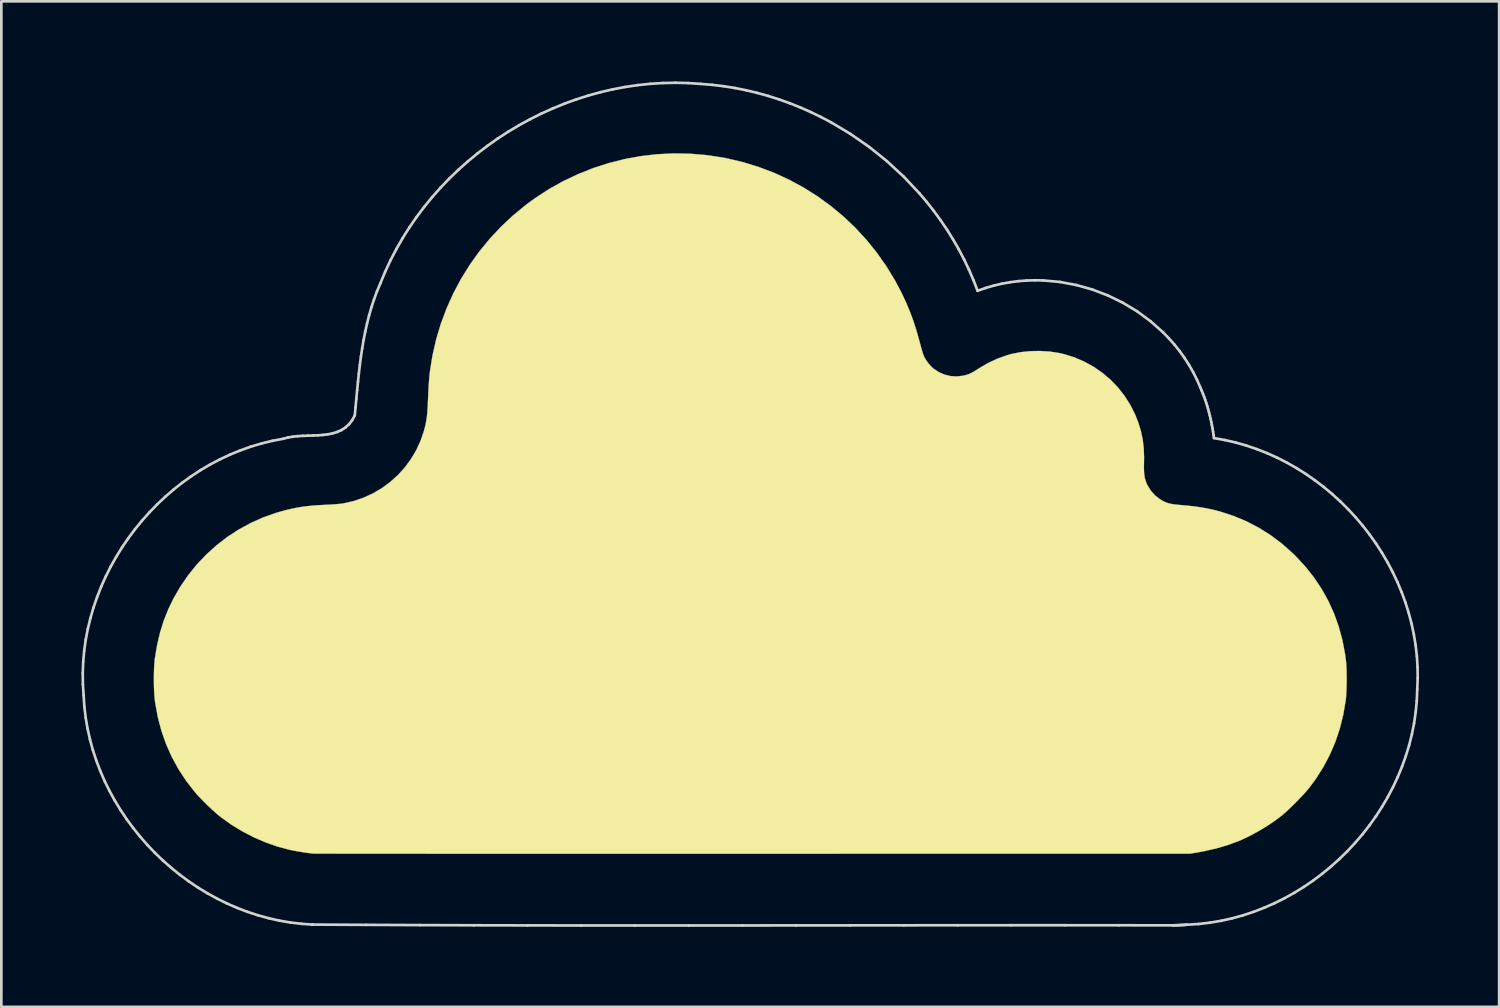
<source format=kicad_pcb>
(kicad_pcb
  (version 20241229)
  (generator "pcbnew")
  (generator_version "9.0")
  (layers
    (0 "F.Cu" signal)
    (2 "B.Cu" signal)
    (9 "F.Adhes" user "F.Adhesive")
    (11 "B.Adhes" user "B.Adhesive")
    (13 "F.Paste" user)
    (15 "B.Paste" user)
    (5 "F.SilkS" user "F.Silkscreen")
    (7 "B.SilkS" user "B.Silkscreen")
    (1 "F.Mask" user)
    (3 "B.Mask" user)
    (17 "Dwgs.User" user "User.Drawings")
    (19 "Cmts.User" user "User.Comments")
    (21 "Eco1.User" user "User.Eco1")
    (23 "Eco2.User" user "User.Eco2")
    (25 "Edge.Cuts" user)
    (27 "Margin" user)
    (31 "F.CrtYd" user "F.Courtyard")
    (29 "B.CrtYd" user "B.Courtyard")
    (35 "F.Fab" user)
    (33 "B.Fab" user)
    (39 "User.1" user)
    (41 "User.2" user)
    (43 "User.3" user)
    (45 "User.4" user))
  (footprint "cloud"
    (layer "F.Cu")
    (at 25.053 15.835)
    (property "Reference" "cloud" (at 0 0 0) (layer "F.SilkS") (effects (font (size 1.27 1.27) (thickness 0.15))))
    (attr through_hole)
    (fp_poly (pts (xy -2.074 -15.762) (xy -1.479 -15.717) (xy -0.974 -15.654) (xy -0.271 -15.529) (xy 0.418 -15.364) (xy 1.092 -15.161) (xy 1.749 -14.92) (xy 2.389 -14.642) (xy 3.01 -14.328) (xy 3.61 -13.98) (xy 4.189 -13.597) (xy 4.745 -13.181) (xy 5.276 -12.732) (xy 5.782 -12.253) (xy 6.261 -11.743) (xy 6.711 -11.203) (xy 7.132 -10.635) (xy 7.522 -10.039) (xy 7.78 -9.599) (xy 7.886 -9.404) (xy 7.995 -9.19) (xy 8.105 -8.967) (xy 8.211 -8.743) (xy 8.309 -8.525) (xy 8.395 -8.324) (xy 8.465 -8.147) (xy 8.489 -8.083) (xy 8.516 -8.006) (xy 8.634 -8.047) (xy 8.85 -8.114) (xy 9.096 -8.179) (xy 9.362 -8.239) (xy 9.634 -8.29) (xy 9.902 -8.332) (xy 10.154 -8.361) (xy 10.157 -8.362) (xy 10.325 -8.373) (xy 10.521 -8.379) (xy 10.736 -8.38) (xy 10.958 -8.376) (xy 11.179 -8.368) (xy 11.387 -8.356) (xy 11.573 -8.34) (xy 11.716 -8.322) (xy 12.251 -8.219) (xy 12.768 -8.078) (xy 13.265 -7.9) (xy 13.744 -7.683) (xy 14.205 -7.428) (xy 14.632 -7.146) (xy 15.02 -6.844) (xy 15.39 -6.508) (xy 15.738 -6.141) (xy 16.06 -5.751) (xy 16.351 -5.341) (xy 16.605 -4.919) (xy 16.633 -4.868) (xy 16.811 -4.506) (xy 16.972 -4.12) (xy 17.11 -3.723) (xy 17.223 -3.324) (xy 17.307 -2.936) (xy 17.323 -2.836) (xy 17.339 -2.737) (xy 17.353 -2.646) (xy 17.364 -2.577) (xy 17.368 -2.549) (xy 17.375 -2.519) (xy 17.388 -2.498) (xy 17.417 -2.483) (xy 17.469 -2.468) (xy 17.552 -2.452) (xy 17.574 -2.448) (xy 18.047 -2.342) (xy 18.53 -2.205) (xy 19.014 -2.039) (xy 19.489 -1.849) (xy 19.945 -1.638) (xy 20.372 -1.409) (xy 20.447 -1.365) (xy 20.981 -1.024) (xy 21.486 -0.654) (xy 21.961 -0.255) (xy 22.406 0.171) (xy 22.818 0.623) (xy 23.198 1.099) (xy 23.544 1.598) (xy 23.856 2.118) (xy 24.132 2.659) (xy 24.373 3.218) (xy 24.576 3.795) (xy 24.742 4.387) (xy 24.869 4.995) (xy 24.956 5.615) (xy 24.979 5.853) (xy 24.987 5.987) (xy 24.992 6.154) (xy 24.994 6.344) (xy 24.994 6.551) (xy 24.991 6.765) (xy 24.986 6.978) (xy 24.979 7.182) (xy 24.97 7.369) (xy 24.96 7.531) (xy 24.947 7.659) (xy 24.946 7.662) (xy 24.847 8.29) (xy 24.708 8.902) (xy 24.531 9.499) (xy 24.316 10.078) (xy 24.064 10.639) (xy 23.776 11.181) (xy 23.452 11.701) (xy 23.093 12.199) (xy 22.7 12.674) (xy 22.273 13.123) (xy 21.814 13.547) (xy 21.548 13.768) (xy 21.047 14.143) (xy 20.526 14.48) (xy 19.987 14.779) (xy 19.43 15.041) (xy 18.857 15.263) (xy 18.268 15.447) (xy 17.665 15.592) (xy 17.048 15.697) (xy 16.419 15.762) (xy 16.309 15.769) (xy 16.268 15.77) (xy 16.187 15.771) (xy 16.065 15.772) (xy 15.905 15.773) (xy 15.708 15.774) (xy 15.475 15.775) (xy 15.207 15.776) (xy 14.906 15.777) (xy 14.572 15.778) (xy 14.208 15.778) (xy 13.814 15.779) (xy 13.392 15.78) (xy 12.942 15.781) (xy 12.467 15.781) (xy 11.967 15.782) (xy 11.444 15.783) (xy 10.899 15.783) (xy 10.333 15.784) (xy 9.747 15.784) (xy 9.144 15.785) (xy 8.523 15.785) (xy 7.887 15.785) (xy 7.236 15.786) (xy 6.573 15.786) (xy 5.897 15.786) (xy 5.211 15.787) (xy 4.515 15.787) (xy 3.812 15.787) (xy 3.102 15.787) (xy 2.386 15.787) (xy 1.666 15.787) (xy 0.943 15.787) (xy 0.218 15.787) (xy -0.507 15.787) (xy -1.231 15.787) (xy -1.954 15.787) (xy -2.672 15.787) (xy -3.387 15.787) (xy -4.095 15.786) (xy -4.796 15.786) (xy -5.488 15.786) (xy -6.171 15.786) (xy -6.843 15.785) (xy -7.503 15.785) (xy -8.149 15.784) (xy -8.78 15.784) (xy -9.395 15.784) (xy -9.993 15.783) (xy -10.572 15.782) (xy -11.131 15.782) (xy -11.669 15.781) (xy -12.185 15.781) (xy -12.677 15.78) (xy -13.144 15.779) (xy -13.585 15.778) (xy -13.998 15.778) (xy -14.383 15.777) (xy -14.737 15.776) (xy -15.06 15.775) (xy -15.351 15.774) (xy -15.608 15.773) (xy -15.829 15.772) (xy -16.015 15.771) (xy -16.162 15.77) (xy -16.271 15.769) (xy -16.339 15.768) (xy -16.362 15.767) (xy -16.974 15.71) (xy -17.575 15.613) (xy -18.163 15.478) (xy -18.737 15.305) (xy -19.296 15.096) (xy -19.837 14.853) (xy -20.359 14.576) (xy -20.862 14.267) (xy -21.343 13.927) (xy -21.801 13.557) (xy -22.235 13.159) (xy -22.643 12.734) (xy -23.024 12.283) (xy -23.375 11.808) (xy -23.697 11.31) (xy -23.987 10.79) (xy -24.244 10.249) (xy -24.467 9.69) (xy -24.653 9.112) (xy -24.802 8.517) (xy -24.858 8.234) (xy -24.892 8.044) (xy -24.919 7.873) (xy -24.941 7.713) (xy -24.958 7.557) (xy -24.97 7.397) (xy -24.979 7.225) (xy -24.984 7.032) (xy -24.987 6.813) (xy -24.987 6.583) (xy -24.987 6.43) (xy -22.325 6.43) (xy -22.317 6.933) (xy -22.27 7.432) (xy -22.186 7.925) (xy -22.064 8.411) (xy -21.904 8.886) (xy -21.708 9.35) (xy -21.475 9.798) (xy -21.206 10.23) (xy -20.902 10.643) (xy -20.562 11.035) (xy -20.415 11.187) (xy -20.033 11.539) (xy -19.626 11.86) (xy -19.197 12.146) (xy -18.749 12.397) (xy -18.283 12.613) (xy -17.804 12.79) (xy -17.312 12.929) (xy -16.812 13.028) (xy -16.403 13.079) (xy -16.369 13.08) (xy -16.293 13.081) (xy -16.178 13.082) (xy -16.025 13.083) (xy -15.834 13.084) (xy -15.607 13.085) (xy -15.345 13.086) (xy -15.05 13.087) (xy -14.723 13.088) (xy -14.364 13.089) (xy -13.976 13.09) (xy -13.559 13.09) (xy -13.116 13.091) (xy -12.646 13.092) (xy -12.151 13.093) (xy -11.633 13.093) (xy -11.093 13.094) (xy -10.532 13.094) (xy -9.951 13.095) (xy -9.352 13.095) (xy -8.736 13.096) (xy -8.104 13.096) (xy -7.457 13.097) (xy -6.797 13.097) (xy -6.124 13.098) (xy -5.441 13.098) (xy -4.749 13.098) (xy -4.048 13.098) (xy -3.34 13.099) (xy -2.626 13.099) (xy -1.907 13.099) (xy -1.186 13.099) (xy -0.462 13.099) (xy 0.263 13.099) (xy 0.987 13.099) (xy 1.709 13.099) (xy 2.428 13.099) (xy 3.143 13.099) (xy 3.853 13.099) (xy 4.555 13.099) (xy 5.25 13.099) (xy 5.935 13.098) (xy 6.61 13.098) (xy 7.273 13.098) (xy 7.923 13.098) (xy 8.558 13.097) (xy 9.178 13.097) (xy 9.781 13.096) (xy 10.366 13.096) (xy 10.931 13.095) (xy 11.476 13.095) (xy 11.999 13.094) (xy 12.499 13.094) (xy 12.974 13.093) (xy 13.424 13.092) (xy 13.847 13.091) (xy 14.241 13.091) (xy 14.606 13.09) (xy 14.94 13.089) (xy 15.243 13.088) (xy 15.512 13.087) (xy 15.747 13.086) (xy 15.945 13.085) (xy 16.107 13.084) (xy 16.231 13.083) (xy 16.315 13.082) (xy 16.358 13.081) (xy 16.362 13.081) (xy 16.877 13.015) (xy 17.379 12.91) (xy 17.868 12.767) (xy 18.341 12.588) (xy 18.796 12.374) (xy 19.232 12.126) (xy 19.647 11.846) (xy 20.039 11.536) (xy 20.406 11.197) (xy 20.747 10.831) (xy 21.06 10.439) (xy 21.343 10.023) (xy 21.593 9.584) (xy 21.811 9.123) (xy 21.992 8.643) (xy 22.13 8.174) (xy 22.237 7.663) (xy 22.303 7.147) (xy 22.327 6.625) (xy 22.309 6.102) (xy 22.25 5.578) (xy 22.169 5.144) (xy 22.127 4.973) (xy 22.07 4.776) (xy 22.003 4.565) (xy 21.93 4.353) (xy 21.855 4.15) (xy 21.782 3.97) (xy 21.749 3.897) (xy 21.515 3.432) (xy 21.249 2.995) (xy 20.951 2.581) (xy 20.617 2.189) (xy 20.405 1.968) (xy 20.02 1.612) (xy 19.616 1.294) (xy 19.192 1.011) (xy 18.744 0.763) (xy 18.445 0.621) (xy 18.054 0.462) (xy 17.664 0.332) (xy 17.266 0.229) (xy 16.853 0.15) (xy 16.414 0.094) (xy 16.188 0.075) (xy 16.006 0.059) (xy 15.858 0.042) (xy 15.737 0.022) (xy 15.634 -0.003) (xy 15.542 -0.036) (xy 15.452 -0.077) (xy 15.388 -0.111) (xy 15.279 -0.186) (xy 15.163 -0.287) (xy 15.051 -0.404) (xy 14.953 -0.525) (xy 14.879 -0.639) (xy 14.876 -0.646) (xy 14.83 -0.738) (xy 14.794 -0.823) (xy 14.768 -0.906) (xy 14.749 -0.996) (xy 14.737 -1.1) (xy 14.731 -1.224) (xy 14.729 -1.377) (xy 14.729 -1.545) (xy 14.73 -1.762) (xy 14.726 -1.943) (xy 14.718 -2.094) (xy 14.705 -2.222) (xy 14.701 -2.252) (xy 14.623 -2.657) (xy 14.508 -3.046) (xy 14.356 -3.417) (xy 14.171 -3.767) (xy 13.953 -4.095) (xy 13.704 -4.399) (xy 13.427 -4.676) (xy 13.124 -4.926) (xy 12.795 -5.144) (xy 12.443 -5.331) (xy 12.07 -5.483) (xy 11.678 -5.599) (xy 11.599 -5.617) (xy 11.198 -5.685) (xy 10.798 -5.71) (xy 10.399 -5.694) (xy 10.004 -5.636) (xy 9.614 -5.537) (xy 9.23 -5.397) (xy 8.854 -5.217) (xy 8.554 -5.039) (xy 8.426 -4.959) (xy 8.322 -4.898) (xy 8.232 -4.854) (xy 8.147 -4.82) (xy 8.057 -4.793) (xy 7.986 -4.776) (xy 7.756 -4.745) (xy 7.527 -4.754) (xy 7.305 -4.803) (xy 7.093 -4.891) (xy 6.897 -5.015) (xy 6.753 -5.142) (xy 6.665 -5.236) (xy 6.592 -5.329) (xy 6.531 -5.429) (xy 6.477 -5.543) (xy 6.428 -5.679) (xy 6.379 -5.844) (xy 6.341 -5.99) (xy 6.165 -6.605) (xy 5.952 -7.202) (xy 5.701 -7.779) (xy 5.412 -8.336) (xy 5.086 -8.873) (xy 4.724 -9.389) (xy 4.46 -9.724) (xy 4.385 -9.811) (xy 4.287 -9.921) (xy 4.172 -10.044) (xy 4.048 -10.175) (xy 3.922 -10.305) (xy 3.834 -10.394) (xy 3.465 -10.745) (xy 3.097 -11.062) (xy 2.723 -11.349) (xy 2.334 -11.614) (xy 1.921 -11.861) (xy 1.476 -12.097) (xy 1.439 -12.115) (xy 0.875 -12.375) (xy 0.31 -12.594) (xy -0.259 -12.772) (xy -0.837 -12.911) (xy -1.426 -13.011) (xy -2.031 -13.073) (xy -2.498 -13.095) (xy -3.123 -13.091) (xy -3.742 -13.045) (xy -4.351 -12.959) (xy -4.951 -12.833) (xy -5.539 -12.668) (xy -6.113 -12.465) (xy -6.672 -12.224) (xy -7.215 -11.947) (xy -7.739 -11.634) (xy -8.244 -11.287) (xy -8.727 -10.904) (xy -9.187 -10.489) (xy -9.623 -10.04) (xy -10.033 -9.56) (xy -10.188 -9.36) (xy -10.537 -8.866) (xy -10.853 -8.345) (xy -11.135 -7.803) (xy -11.382 -7.242) (xy -11.592 -6.666) (xy -11.763 -6.079) (xy -11.864 -5.641) (xy -11.908 -5.409) (xy -11.946 -5.184) (xy -11.977 -4.956) (xy -12.003 -4.717) (xy -12.024 -4.46) (xy -12.042 -4.176) (xy -12.054 -3.926) (xy -12.064 -3.723) (xy -12.073 -3.555) (xy -12.082 -3.416) (xy -12.092 -3.302) (xy -12.102 -3.204) (xy -12.115 -3.116) (xy -12.13 -3.034) (xy -12.138 -2.994) (xy -12.239 -2.609) (xy -12.377 -2.24) (xy -12.552 -1.89) (xy -12.76 -1.561) (xy -12.999 -1.256) (xy -13.267 -0.977) (xy -13.563 -0.726) (xy -13.884 -0.505) (xy -14.228 -0.317) (xy -14.593 -0.165) (xy -14.699 -0.128) (xy -14.878 -0.074) (xy -15.051 -0.031) (xy -15.227 0.003) (xy -15.416 0.028) (xy -15.628 0.047) (xy -15.871 0.061) (xy -15.917 0.063) (xy -16.327 0.088) (xy -16.705 0.128) (xy -17.059 0.184) (xy -17.398 0.257) (xy -17.73 0.351) (xy -18.063 0.465) (xy -18.076 0.47) (xy -18.556 0.67) (xy -19.009 0.902) (xy -19.438 1.167) (xy -19.847 1.468) (xy -20.238 1.807) (xy -20.416 1.979) (xy -20.773 2.363) (xy -21.091 2.765) (xy -21.374 3.186) (xy -21.621 3.629) (xy -21.772 3.948) (xy -21.963 4.433) (xy -22.113 4.926) (xy -22.223 5.425) (xy -22.294 5.927) (xy -22.325 6.43) (xy -24.987 6.43) (xy -24.987 6.359) (xy -24.985 6.169) (xy -24.982 6.007) (xy -24.977 5.864) (xy -24.969 5.733) (xy -24.957 5.606) (xy -24.942 5.476) (xy -24.922 5.334) (xy -24.898 5.173) (xy -24.88 5.059) (xy -24.774 4.516) (xy -24.63 3.969) (xy -24.451 3.427) (xy -24.241 2.896) (xy -24.002 2.386) (xy -23.831 2.066) (xy -23.754 1.936) (xy -23.658 1.782) (xy -23.549 1.614) (xy -23.435 1.441) (xy -23.319 1.273) (xy -23.21 1.118) (xy -23.113 0.985) (xy -23.071 0.931) (xy -22.66 0.444) (xy -22.224 -0.01) (xy -21.764 -0.43) (xy -21.28 -0.815) (xy -20.772 -1.165) (xy -20.243 -1.48) (xy -19.692 -1.758) (xy -19.12 -2) (xy -18.701 -2.15) (xy -18.263 -2.284) (xy -17.837 -2.392) (xy -17.412 -2.477) (xy -16.975 -2.541) (xy -16.518 -2.585) (xy -16.199 -2.604) (xy -16.019 -2.613) (xy -15.874 -2.622) (xy -15.758 -2.633) (xy -15.663 -2.646) (xy -15.584 -2.663) (xy -15.513 -2.685) (xy -15.443 -2.713) (xy -15.37 -2.747) (xy -15.193 -2.856) (xy -15.039 -2.998) (xy -14.913 -3.169) (xy -14.861 -3.266) (xy -14.812 -3.377) (xy -14.777 -3.482) (xy -14.753 -3.592) (xy -14.739 -3.718) (xy -14.733 -3.869) (xy -14.732 -3.967) (xy -14.724 -4.294) (xy -14.703 -4.649) (xy -14.67 -5.021) (xy -14.625 -5.398) (xy -14.569 -5.768) (xy -14.562 -5.81) (xy -14.497 -6.169) (xy -14.425 -6.505) (xy -14.343 -6.834) (xy -14.249 -7.169) (xy -14.137 -7.522) (xy -14.094 -7.651) (xy -13.853 -8.302) (xy -13.573 -8.938) (xy -13.254 -9.559) (xy -12.899 -10.161) (xy -12.509 -10.742) (xy -12.085 -11.3) (xy -11.629 -11.834) (xy -11.142 -12.34) (xy -11.089 -12.391) (xy -10.557 -12.877) (xy -10.002 -13.328) (xy -9.426 -13.742) (xy -8.829 -14.12) (xy -8.213 -14.461) (xy -7.578 -14.764) (xy -6.925 -15.03) (xy -6.256 -15.256) (xy -5.571 -15.444) (xy -4.871 -15.592) (xy -4.444 -15.662) (xy -3.874 -15.729) (xy -3.282 -15.768) (xy -2.679 -15.779) (xy -2.074 -15.762)) (stroke (width 0.01) (type solid)) (fill yes) (layer "F.Mask"))
    (fp_poly (pts (xy -2.253 -13.127) (xy -1.636 -13.075) (xy -1.02 -12.982) (xy -0.87 -12.953) (xy -0.26 -12.808) (xy 0.334 -12.624) (xy 0.912 -12.403) (xy 1.472 -12.145) (xy 2.011 -11.852) (xy 2.529 -11.525) (xy 3.024 -11.164) (xy 3.494 -10.773) (xy 3.938 -10.35) (xy 4.354 -9.899) (xy 4.741 -9.419) (xy 5.097 -8.912) (xy 5.421 -8.38) (xy 5.661 -7.927) (xy 5.829 -7.569) (xy 5.978 -7.217) (xy 6.11 -6.858) (xy 6.231 -6.481) (xy 6.344 -6.074) (xy 6.352 -6.046) (xy 6.387 -5.913) (xy 6.423 -5.788) (xy 6.456 -5.677) (xy 6.485 -5.59) (xy 6.505 -5.538) (xy 6.578 -5.408) (xy 6.672 -5.275) (xy 6.777 -5.156) (xy 6.861 -5.079) (xy 7.06 -4.948) (xy 7.274 -4.854) (xy 7.499 -4.799) (xy 7.729 -4.784) (xy 7.96 -4.809) (xy 8.028 -4.825) (xy 8.117 -4.849) (xy 8.195 -4.876) (xy 8.271 -4.911) (xy 8.356 -4.956) (xy 8.457 -5.018) (xy 8.57 -5.091) (xy 8.899 -5.284) (xy 9.251 -5.448) (xy 9.614 -5.578) (xy 9.791 -5.628) (xy 10.129 -5.695) (xy 10.487 -5.732) (xy 10.853 -5.739) (xy 11.217 -5.716) (xy 11.568 -5.663) (xy 11.756 -5.62) (xy 12.145 -5.497) (xy 12.517 -5.337) (xy 12.867 -5.143) (xy 13.195 -4.915) (xy 13.499 -4.656) (xy 13.775 -4.368) (xy 14.021 -4.053) (xy 14.237 -3.714) (xy 14.418 -3.352) (xy 14.538 -3.045) (xy 14.633 -2.731) (xy 14.699 -2.42) (xy 14.737 -2.099) (xy 14.75 -1.759) (xy 14.747 -1.575) (xy 14.744 -1.379) (xy 14.748 -1.217) (xy 14.76 -1.08) (xy 14.783 -0.961) (xy 14.816 -0.851) (xy 14.862 -0.742) (xy 14.878 -0.709) (xy 15.001 -0.508) (xy 15.157 -0.333) (xy 15.34 -0.189) (xy 15.467 -0.113) (xy 15.591 -0.058) (xy 15.723 -0.019) (xy 15.876 0.008) (xy 16.023 0.023) (xy 16.336 0.05) (xy 16.614 0.081) (xy 16.866 0.116) (xy 17.099 0.157) (xy 17.322 0.204) (xy 17.543 0.261) (xy 17.626 0.284) (xy 18.123 0.448) (xy 18.6 0.649) (xy 19.055 0.887) (xy 19.49 1.161) (xy 19.906 1.473) (xy 20.302 1.823) (xy 20.428 1.945) (xy 20.791 2.337) (xy 21.116 2.747) (xy 21.403 3.177) (xy 21.653 3.627) (xy 21.866 4.096) (xy 22.041 4.584) (xy 22.179 5.093) (xy 22.279 5.622) (xy 22.313 5.874) (xy 22.325 6.012) (xy 22.333 6.183) (xy 22.338 6.376) (xy 22.339 6.58) (xy 22.336 6.786) (xy 22.33 6.984) (xy 22.32 7.162) (xy 22.307 7.312) (xy 22.302 7.347) (xy 22.212 7.881) (xy 22.084 8.397) (xy 21.917 8.896) (xy 21.712 9.376) (xy 21.469 9.838) (xy 21.188 10.282) (xy 20.931 10.63) (xy 20.843 10.735) (xy 20.731 10.86) (xy 20.601 10.998) (xy 20.461 11.143) (xy 20.318 11.286) (xy 20.178 11.421) (xy 20.049 11.541) (xy 19.937 11.638) (xy 19.897 11.672) (xy 19.629 11.871) (xy 19.333 12.069) (xy 19.02 12.256) (xy 18.704 12.427) (xy 18.397 12.573) (xy 18.302 12.613) (xy 17.898 12.763) (xy 17.46 12.892) (xy 16.992 12.999) (xy 16.743 13.045) (xy 16.478 13.09) (xy 0.106 13.092) (xy -0.726 13.092) (xy -1.548 13.092) (xy -2.358 13.093) (xy -3.156 13.093) (xy -3.941 13.093) (xy -4.711 13.093) (xy -5.466 13.093) (xy -6.205 13.093) (xy -6.927 13.093) (xy -7.63 13.093) (xy -8.313 13.092) (xy -8.976 13.092) (xy -9.618 13.092) (xy -10.237 13.092) (xy -10.833 13.092) (xy -11.403 13.092) (xy -11.949 13.092) (xy -12.468 13.091) (xy -12.959 13.091) (xy -13.421 13.091) (xy -13.854 13.091) (xy -14.256 13.091) (xy -14.626 13.09) (xy -14.963 13.09) (xy -15.267 13.09) (xy -15.535 13.089) (xy -15.768 13.089) (xy -15.964 13.089) (xy -16.122 13.088) (xy -16.241 13.088) (xy -16.32 13.088) (xy -16.359 13.087) (xy -16.362 13.087) (xy -16.477 13.075) (xy -16.622 13.056) (xy -16.784 13.031) (xy -16.95 13.004) (xy -17.108 12.975) (xy -17.246 12.947) (xy -17.262 12.943) (xy -17.703 12.826) (xy -18.146 12.671) (xy -18.585 12.482) (xy -19.012 12.262) (xy -19.42 12.016) (xy -19.8 11.746) (xy -19.897 11.67) (xy -20.011 11.573) (xy -20.145 11.453) (xy -20.289 11.317) (xy -20.435 11.175) (xy -20.574 11.034) (xy -20.698 10.903) (xy -20.798 10.79) (xy -20.802 10.785) (xy -21.129 10.365) (xy -21.417 9.926) (xy -21.667 9.469) (xy -21.879 8.994) (xy -22.053 8.501) (xy -22.189 7.988) (xy -22.287 7.457) (xy -22.303 7.349) (xy -22.318 7.194) (xy -22.33 7.007) (xy -22.337 6.8) (xy -22.339 6.582) (xy -22.338 6.364) (xy -22.332 6.155) (xy -22.321 5.965) (xy -22.306 5.806) (xy -22.303 5.779) (xy -22.219 5.278) (xy -22.108 4.806) (xy -21.967 4.357) (xy -21.795 3.925) (xy -21.607 3.537) (xy -21.346 3.085) (xy -21.052 2.657) (xy -20.728 2.256) (xy -20.374 1.884) (xy -19.994 1.54) (xy -19.588 1.228) (xy -19.16 0.949) (xy -18.711 0.704) (xy -18.243 0.495) (xy -17.759 0.323) (xy -17.399 0.223) (xy -17.188 0.174) (xy -16.992 0.133) (xy -16.799 0.101) (xy -16.602 0.075) (xy -16.391 0.054) (xy -16.157 0.037) (xy -15.89 0.023) (xy -15.871 0.022) (xy -15.722 0.015) (xy -15.574 0.005) (xy -15.437 -0.007) (xy -15.321 -0.018) (xy -15.236 -0.03) (xy -15.229 -0.031) (xy -14.845 -0.12) (xy -14.476 -0.247) (xy -14.124 -0.41) (xy -13.792 -0.606) (xy -13.483 -0.835) (xy -13.198 -1.092) (xy -12.94 -1.377) (xy -12.712 -1.687) (xy -12.514 -2.019) (xy -12.351 -2.372) (xy -12.223 -2.744) (xy -12.175 -2.932) (xy -12.151 -3.04) (xy -12.132 -3.148) (xy -12.115 -3.26) (xy -12.102 -3.385) (xy -12.091 -3.528) (xy -12.081 -3.696) (xy -12.072 -3.896) (xy -12.066 -4.043) (xy -12.058 -4.217) (xy -12.048 -4.401) (xy -12.036 -4.581) (xy -12.022 -4.748) (xy -12.009 -4.889) (xy -12.002 -4.953) (xy -11.904 -5.568) (xy -11.766 -6.172) (xy -11.589 -6.762) (xy -11.374 -7.338) (xy -11.122 -7.898) (xy -10.834 -8.439) (xy -10.51 -8.961) (xy -10.153 -9.461) (xy -9.763 -9.937) (xy -9.341 -10.389) (xy -8.888 -10.814) (xy -8.406 -11.211) (xy -8.072 -11.455) (xy -7.551 -11.795) (xy -7.01 -12.098) (xy -6.452 -12.363) (xy -5.88 -12.59) (xy -5.296 -12.778) (xy -4.7 -12.928) (xy -4.096 -13.038) (xy -3.486 -13.108) (xy -2.871 -13.138) (xy -2.253 -13.127)) (stroke (width 0.01) (type solid)) (fill yes) (layer "F.SilkS"))
    (fp_line (start -25.003 6.327) (end -24.987 5.908) (stroke (width 0.1) (type solid)) (layer "Edge.Cuts"))
    (fp_line (start -24.998 6.747) (end -25.003 6.327) (stroke (width 0.1) (type solid)) (layer "Edge.Cuts"))
    (fp_line (start -24.987 5.908) (end -24.95 5.493) (stroke (width 0.1) (type solid)) (layer "Edge.Cuts"))
    (fp_line (start -24.97 7.168) (end -24.998 6.747) (stroke (width 0.1) (type solid)) (layer "Edge.Cuts"))
    (fp_line (start -24.95 5.493) (end -24.892 5.08) (stroke (width 0.1) (type solid)) (layer "Edge.Cuts"))
    (fp_line (start -24.943 7.585) (end -24.97 7.168) (stroke (width 0.1) (type solid)) (layer "Edge.Cuts"))
    (fp_line (start -24.893 7.999) (end -24.943 7.585) (stroke (width 0.1) (type solid)) (layer "Edge.Cuts"))
    (fp_line (start -24.892 5.08) (end -24.814 4.672) (stroke (width 0.1) (type solid)) (layer "Edge.Cuts"))
    (fp_line (start -24.823 8.409) (end -24.893 7.999) (stroke (width 0.1) (type solid)) (layer "Edge.Cuts"))
    (fp_line (start -24.814 4.672) (end -24.716 4.268) (stroke (width 0.1) (type solid)) (layer "Edge.Cuts"))
    (fp_line (start -24.733 8.813) (end -24.823 8.409) (stroke (width 0.1) (type solid)) (layer "Edge.Cuts"))
    (fp_line (start -24.716 4.268) (end -24.6 3.869) (stroke (width 0.1) (type solid)) (layer "Edge.Cuts"))
    (fp_line (start -24.624 9.212) (end -24.733 8.813) (stroke (width 0.1) (type solid)) (layer "Edge.Cuts"))
    (fp_line (start -24.6 3.869) (end -24.465 3.476) (stroke (width 0.1) (type solid)) (layer "Edge.Cuts"))
    (fp_line (start -24.495 9.605) (end -24.624 9.212) (stroke (width 0.1) (type solid)) (layer "Edge.Cuts"))
    (fp_line (start -24.465 3.476) (end -24.313 3.09) (stroke (width 0.1) (type solid)) (layer "Edge.Cuts"))
    (fp_line (start -24.348 9.991) (end -24.495 9.605) (stroke (width 0.1) (type solid)) (layer "Edge.Cuts"))
    (fp_line (start -24.313 3.09) (end -24.143 2.71) (stroke (width 0.1) (type solid)) (layer "Edge.Cuts"))
    (fp_line (start -24.184 10.369) (end -24.348 9.991) (stroke (width 0.1) (type solid)) (layer "Edge.Cuts"))
    (fp_line (start -24.143 2.71) (end -23.956 2.339) (stroke (width 0.1) (type solid)) (layer "Edge.Cuts"))
    (fp_line (start -24.002 10.74) (end -24.184 10.369) (stroke (width 0.1) (type solid)) (layer "Edge.Cuts"))
    (fp_line (start -23.956 2.339) (end -23.752 1.976) (stroke (width 0.1) (type solid)) (layer "Edge.Cuts"))
    (fp_line (start -23.803 11.102) (end -24.002 10.74) (stroke (width 0.1) (type solid)) (layer "Edge.Cuts"))
    (fp_line (start -23.752 1.976) (end -23.533 1.621) (stroke (width 0.1) (type solid)) (layer "Edge.Cuts"))
    (fp_line (start -23.588 11.455) (end -23.803 11.102) (stroke (width 0.1) (type solid)) (layer "Edge.Cuts"))
    (fp_line (start -23.533 1.621) (end -23.299 1.277) (stroke (width 0.1) (type solid)) (layer "Edge.Cuts"))
    (fp_line (start -23.358 11.799) (end -23.588 11.455) (stroke (width 0.1) (type solid)) (layer "Edge.Cuts"))
    (fp_line (start -23.299 1.277) (end -23.05 0.943) (stroke (width 0.1) (type solid)) (layer "Edge.Cuts"))
    (fp_line (start -23.113 12.132) (end -23.358 11.799) (stroke (width 0.1) (type solid)) (layer "Edge.Cuts"))
    (fp_line (start -23.05 0.943) (end -22.786 0.62) (stroke (width 0.1) (type solid)) (layer "Edge.Cuts"))
    (fp_line (start -22.854 12.454) (end -23.113 12.132) (stroke (width 0.1) (type solid)) (layer "Edge.Cuts"))
    (fp_line (start -22.786 0.62) (end -22.509 0.309) (stroke (width 0.1) (type solid)) (layer "Edge.Cuts"))
    (fp_line (start -22.581 12.766) (end -22.854 12.454) (stroke (width 0.1) (type solid)) (layer "Edge.Cuts"))
    (fp_line (start -22.509 0.309) (end -22.219 0.01) (stroke (width 0.1) (type solid)) (layer "Edge.Cuts"))
    (fp_line (start -22.295 13.065) (end -22.581 12.766) (stroke (width 0.1) (type solid)) (layer "Edge.Cuts"))
    (fp_line (start -22.219 0.01) (end -21.916 -0.276) (stroke (width 0.1) (type solid)) (layer "Edge.Cuts"))
    (fp_line (start -21.996 13.351) (end -22.295 13.065) (stroke (width 0.1) (type solid)) (layer "Edge.Cuts"))
    (fp_line (start -21.916 -0.276) (end -21.601 -0.548) (stroke (width 0.1) (type solid)) (layer "Edge.Cuts"))
    (fp_line (start -21.685 13.624) (end -21.996 13.351) (stroke (width 0.1) (type solid)) (layer "Edge.Cuts"))
    (fp_line (start -21.601 -0.548) (end -21.275 -0.806) (stroke (width 0.1) (type solid)) (layer "Edge.Cuts"))
    (fp_line (start -21.363 13.884) (end -21.685 13.624) (stroke (width 0.1) (type solid)) (layer "Edge.Cuts"))
    (fp_line (start -21.275 -0.806) (end -20.937 -1.048) (stroke (width 0.1) (type solid)) (layer "Edge.Cuts"))
    (fp_line (start -21.03 14.129) (end -21.363 13.884) (stroke (width 0.1) (type solid)) (layer "Edge.Cuts"))
    (fp_line (start -20.937 -1.048) (end -20.589 -1.276) (stroke (width 0.1) (type solid)) (layer "Edge.Cuts"))
    (fp_line (start -20.687 14.36) (end -21.03 14.129) (stroke (width 0.1) (type solid)) (layer "Edge.Cuts"))
    (fp_line (start -20.589 -1.276) (end -20.23 -1.487) (stroke (width 0.1) (type solid)) (layer "Edge.Cuts"))
    (fp_line (start -20.334 14.575) (end -20.687 14.36) (stroke (width 0.1) (type solid)) (layer "Edge.Cuts"))
    (fp_line (start -20.23 -1.487) (end -19.862 -1.681) (stroke (width 0.1) (type solid)) (layer "Edge.Cuts"))
    (fp_line (start -19.972 14.774) (end -20.334 14.575) (stroke (width 0.1) (type solid)) (layer "Edge.Cuts"))
    (fp_line (start -19.862 -1.681) (end -19.486 -1.857) (stroke (width 0.1) (type solid)) (layer "Edge.Cuts"))
    (fp_line (start -19.601 14.956) (end -19.972 14.774) (stroke (width 0.1) (type solid)) (layer "Edge.Cuts"))
    (fp_line (start -19.486 -1.857) (end -19.1 -2.015) (stroke (width 0.1) (type solid)) (layer "Edge.Cuts"))
    (fp_line (start -19.223 15.121) (end -19.601 14.956) (stroke (width 0.1) (type solid)) (layer "Edge.Cuts"))
    (fp_line (start -19.1 -2.015) (end -18.707 -2.155) (stroke (width 0.1) (type solid)) (layer "Edge.Cuts"))
    (fp_line (start -18.837 15.268) (end -19.223 15.121) (stroke (width 0.1) (type solid)) (layer "Edge.Cuts"))
    (fp_line (start -18.707 -2.155) (end -18.306 -2.274) (stroke (width 0.1) (type solid)) (layer "Edge.Cuts"))
    (fp_line (start -18.444 15.397) (end -18.837 15.268) (stroke (width 0.1) (type solid)) (layer "Edge.Cuts"))
    (fp_line (start -18.306 -2.274) (end -17.899 -2.374) (stroke (width 0.1) (type solid)) (layer "Edge.Cuts"))
    (fp_line (start -18.045 15.507) (end -18.444 15.397) (stroke (width 0.1) (type solid)) (layer "Edge.Cuts"))
    (fp_line (start -17.899 -2.374) (end -17.485 -2.452) (stroke (width 0.1) (type solid)) (layer "Edge.Cuts"))
    (fp_line (start -17.641 15.598) (end -18.045 15.507) (stroke (width 0.1) (type solid)) (layer "Edge.Cuts"))
    (fp_line (start -17.485 -2.452) (end -17.315 -2.498) (stroke (width 0.1) (type solid)) (layer "Edge.Cuts"))
    (fp_line (start -17.315 -2.498) (end -17.137 -2.528) (stroke (width 0.1) (type solid)) (layer "Edge.Cuts"))
    (fp_line (start -17.232 15.668) (end -17.641 15.598) (stroke (width 0.1) (type solid)) (layer "Edge.Cuts"))
    (fp_line (start -17.137 -2.528) (end -16.953 -2.548) (stroke (width 0.1) (type solid)) (layer "Edge.Cuts"))
    (fp_line (start -16.953 -2.548) (end -16.764 -2.559) (stroke (width 0.1) (type solid)) (layer "Edge.Cuts"))
    (fp_line (start -16.818 15.717) (end -17.232 15.668) (stroke (width 0.1) (type solid)) (layer "Edge.Cuts"))
    (fp_line (start -16.764 -2.559) (end -16.573 -2.566) (stroke (width 0.1) (type solid)) (layer "Edge.Cuts"))
    (fp_line (start -16.573 -2.566) (end -16.38 -2.572) (stroke (width 0.1) (type solid)) (layer "Edge.Cuts"))
    (fp_line (start -16.4 15.746) (end -16.818 15.717) (stroke (width 0.1) (type solid)) (layer "Edge.Cuts"))
    (fp_line (start -16.4 15.746) (end -16.4 15.746) (stroke (width 0.1) (type solid)) (layer "Edge.Cuts"))
    (fp_line (start -16.4 15.746) (end -16.4 15.746) (stroke (width 0.1) (type solid)) (layer "Edge.Cuts"))
    (fp_line (start -16.38 -2.572) (end -16.189 -2.58) (stroke (width 0.1) (type solid)) (layer "Edge.Cuts"))
    (fp_line (start -16.189 -2.58) (end -16 -2.594) (stroke (width 0.1) (type solid)) (layer "Edge.Cuts"))
    (fp_line (start -16 -2.594) (end -15.816 -2.618) (stroke (width 0.1) (type solid)) (layer "Edge.Cuts"))
    (fp_line (start -15.816 -2.618) (end -15.639 -2.654) (stroke (width 0.1) (type solid)) (layer "Edge.Cuts"))
    (fp_line (start -15.639 -2.654) (end -15.47 -2.706) (stroke (width 0.1) (type solid)) (layer "Edge.Cuts"))
    (fp_line (start -15.47 -2.706) (end -15.311 -2.777) (stroke (width 0.1) (type solid)) (layer "Edge.Cuts"))
    (fp_line (start -15.311 -2.777) (end -15.164 -2.872) (stroke (width 0.1) (type solid)) (layer "Edge.Cuts"))
    (fp_line (start -15.164 -2.872) (end -15.03 -2.993) (stroke (width 0.1) (type solid)) (layer "Edge.Cuts"))
    (fp_line (start -15.03 -2.993) (end -14.913 -3.144) (stroke (width 0.1) (type solid)) (layer "Edge.Cuts"))
    (fp_line (start -14.913 -3.144) (end -14.813 -3.328) (stroke (width 0.1) (type solid)) (layer "Edge.Cuts"))
    (fp_line (start -14.813 -3.328) (end -14.784 -3.64) (stroke (width 0.1) (type solid)) (layer "Edge.Cuts"))
    (fp_line (start -14.784 -3.64) (end -14.756 -3.953) (stroke (width 0.1) (type solid)) (layer "Edge.Cuts"))
    (fp_line (start -14.756 -3.953) (end -14.726 -4.267) (stroke (width 0.1) (type solid)) (layer "Edge.Cuts"))
    (fp_line (start -14.726 -4.267) (end -14.695 -4.581) (stroke (width 0.1) (type solid)) (layer "Edge.Cuts"))
    (fp_line (start -14.695 -4.581) (end -14.662 -4.896) (stroke (width 0.1) (type solid)) (layer "Edge.Cuts"))
    (fp_line (start -14.662 -4.896) (end -14.625 -5.21) (stroke (width 0.1) (type solid)) (layer "Edge.Cuts"))
    (fp_line (start -14.625 -5.21) (end -14.584 -5.523) (stroke (width 0.1) (type solid)) (layer "Edge.Cuts"))
    (fp_line (start -14.584 -5.523) (end -14.537 -5.836) (stroke (width 0.1) (type solid)) (layer "Edge.Cuts"))
    (fp_line (start -14.537 -5.836) (end -14.484 -6.147) (stroke (width 0.1) (type solid)) (layer "Edge.Cuts"))
    (fp_line (start -14.484 -6.147) (end -14.424 -6.457) (stroke (width 0.1) (type solid)) (layer "Edge.Cuts"))
    (fp_line (start -14.424 -6.457) (end -14.355 -6.765) (stroke (width 0.1) (type solid)) (layer "Edge.Cuts"))
    (fp_line (start -14.387 15.757) (end -16.4 15.746) (stroke (width 0.1) (type solid)) (layer "Edge.Cuts"))
    (fp_line (start -14.355 -6.765) (end -14.278 -7.071) (stroke (width 0.1) (type solid)) (layer "Edge.Cuts"))
    (fp_line (start -14.278 -7.071) (end -14.19 -7.375) (stroke (width 0.1) (type solid)) (layer "Edge.Cuts"))
    (fp_line (start -14.19 -7.375) (end -14.092 -7.675) (stroke (width 0.1) (type solid)) (layer "Edge.Cuts"))
    (fp_line (start -14.092 -7.675) (end -13.982 -7.973) (stroke (width 0.1) (type solid)) (layer "Edge.Cuts"))
    (fp_line (start -13.982 -7.973) (end -13.858 -8.266) (stroke (width 0.1) (type solid)) (layer "Edge.Cuts"))
    (fp_line (start -13.858 -8.266) (end -13.676 -8.706) (stroke (width 0.1) (type solid)) (layer "Edge.Cuts"))
    (fp_line (start -13.676 -8.706) (end -13.476 -9.136) (stroke (width 0.1) (type solid)) (layer "Edge.Cuts"))
    (fp_line (start -13.476 -9.136) (end -13.257 -9.556) (stroke (width 0.1) (type solid)) (layer "Edge.Cuts"))
    (fp_line (start -13.257 -9.556) (end -13.022 -9.966) (stroke (width 0.1) (type solid)) (layer "Edge.Cuts"))
    (fp_line (start -13.022 -9.966) (end -12.769 -10.366) (stroke (width 0.1) (type solid)) (layer "Edge.Cuts"))
    (fp_line (start -12.769 -10.366) (end -12.501 -10.754) (stroke (width 0.1) (type solid)) (layer "Edge.Cuts"))
    (fp_line (start -12.501 -10.754) (end -12.217 -11.132) (stroke (width 0.1) (type solid)) (layer "Edge.Cuts"))
    (fp_line (start -12.374 15.766) (end -14.387 15.757) (stroke (width 0.1) (type solid)) (layer "Edge.Cuts"))
    (fp_line (start -12.217 -11.132) (end -11.919 -11.497) (stroke (width 0.1) (type solid)) (layer "Edge.Cuts"))
    (fp_line (start -11.919 -11.497) (end -11.606 -11.85) (stroke (width 0.1) (type solid)) (layer "Edge.Cuts"))
    (fp_line (start -11.606 -11.85) (end -11.279 -12.191) (stroke (width 0.1) (type solid)) (layer "Edge.Cuts"))
    (fp_line (start -11.279 -12.191) (end -10.94 -12.519) (stroke (width 0.1) (type solid)) (layer "Edge.Cuts"))
    (fp_line (start -10.94 -12.519) (end -10.588 -12.833) (stroke (width 0.1) (type solid)) (layer "Edge.Cuts"))
    (fp_line (start -10.588 -12.833) (end -10.224 -13.134) (stroke (width 0.1) (type solid)) (layer "Edge.Cuts"))
    (fp_line (start -10.361 15.773) (end -12.374 15.766) (stroke (width 0.1) (type solid)) (layer "Edge.Cuts"))
    (fp_line (start -10.224 -13.134) (end -9.848 -13.421) (stroke (width 0.1) (type solid)) (layer "Edge.Cuts"))
    (fp_line (start -9.848 -13.421) (end -9.463 -13.694) (stroke (width 0.1) (type solid)) (layer "Edge.Cuts"))
    (fp_line (start -9.463 -13.694) (end -9.067 -13.951) (stroke (width 0.1) (type solid)) (layer "Edge.Cuts"))
    (fp_line (start -9.067 -13.951) (end -8.661 -14.194) (stroke (width 0.1) (type solid)) (layer "Edge.Cuts"))
    (fp_line (start -8.661 -14.194) (end -8.247 -14.42) (stroke (width 0.1) (type solid)) (layer "Edge.Cuts"))
    (fp_line (start -8.348 15.777) (end -10.361 15.773) (stroke (width 0.1) (type solid)) (layer "Edge.Cuts"))
    (fp_line (start -8.247 -14.42) (end -7.825 -14.631) (stroke (width 0.1) (type solid)) (layer "Edge.Cuts"))
    (fp_line (start -7.825 -14.631) (end -7.394 -14.825) (stroke (width 0.1) (type solid)) (layer "Edge.Cuts"))
    (fp_line (start -7.394 -14.825) (end -6.957 -15.003) (stroke (width 0.1) (type solid)) (layer "Edge.Cuts"))
    (fp_line (start -6.957 -15.003) (end -6.514 -15.164) (stroke (width 0.1) (type solid)) (layer "Edge.Cuts"))
    (fp_line (start -6.514 -15.164) (end -6.064 -15.307) (stroke (width 0.1) (type solid)) (layer "Edge.Cuts"))
    (fp_line (start -6.335 15.78) (end -8.348 15.777) (stroke (width 0.1) (type solid)) (layer "Edge.Cuts"))
    (fp_line (start -6.064 -15.307) (end -5.609 -15.432) (stroke (width 0.1) (type solid)) (layer "Edge.Cuts"))
    (fp_line (start -5.609 -15.432) (end -5.15 -15.539) (stroke (width 0.1) (type solid)) (layer "Edge.Cuts"))
    (fp_line (start -5.15 -15.539) (end -4.686 -15.627) (stroke (width 0.1) (type solid)) (layer "Edge.Cuts"))
    (fp_line (start -4.686 -15.627) (end -4.22 -15.696) (stroke (width 0.1) (type solid)) (layer "Edge.Cuts"))
    (fp_line (start -4.322 15.78) (end -6.335 15.78) (stroke (width 0.1) (type solid)) (layer "Edge.Cuts"))
    (fp_line (start -4.22 -15.696) (end -3.75 -15.745) (stroke (width 0.1) (type solid)) (layer "Edge.Cuts"))
    (fp_line (start -3.75 -15.745) (end -3.278 -15.775) (stroke (width 0.1) (type solid)) (layer "Edge.Cuts"))
    (fp_line (start -3.278 -15.775) (end -2.804 -15.785) (stroke (width 0.1) (type solid)) (layer "Edge.Cuts"))
    (fp_line (start -2.804 -15.785) (end -2.329 -15.774) (stroke (width 0.1) (type solid)) (layer "Edge.Cuts"))
    (fp_line (start -2.329 -15.774) (end -1.854 -15.742) (stroke (width 0.1) (type solid)) (layer "Edge.Cuts"))
    (fp_line (start -2.308 15.78) (end -4.322 15.78) (stroke (width 0.1) (type solid)) (layer "Edge.Cuts"))
    (fp_line (start -1.854 -15.742) (end -1.426 -15.707) (stroke (width 0.1) (type solid)) (layer "Edge.Cuts"))
    (fp_line (start -1.426 -15.707) (end -1 -15.656) (stroke (width 0.1) (type solid)) (layer "Edge.Cuts"))
    (fp_line (start -1 -15.656) (end -0.578 -15.589) (stroke (width 0.1) (type solid)) (layer "Edge.Cuts"))
    (fp_line (start -0.578 -15.589) (end -0.158 -15.505) (stroke (width 0.1) (type solid)) (layer "Edge.Cuts"))
    (fp_line (start -0.295 15.779) (end -2.308 15.78) (stroke (width 0.1) (type solid)) (layer "Edge.Cuts"))
    (fp_line (start -0.158 -15.505) (end 0.257 -15.406) (stroke (width 0.1) (type solid)) (layer "Edge.Cuts"))
    (fp_line (start 0.257 -15.406) (end 0.668 -15.292) (stroke (width 0.1) (type solid)) (layer "Edge.Cuts"))
    (fp_line (start 0.668 -15.292) (end 1.075 -15.163) (stroke (width 0.1) (type solid)) (layer "Edge.Cuts"))
    (fp_line (start 1.075 -15.163) (end 1.477 -15.019) (stroke (width 0.1) (type solid)) (layer "Edge.Cuts"))
    (fp_line (start 1.477 -15.019) (end 1.873 -14.861) (stroke (width 0.1) (type solid)) (layer "Edge.Cuts"))
    (fp_line (start 1.719 15.778) (end -0.295 15.779) (stroke (width 0.1) (type solid)) (layer "Edge.Cuts"))
    (fp_line (start 1.873 -14.861) (end 2.263 -14.688) (stroke (width 0.1) (type solid)) (layer "Edge.Cuts"))
    (fp_line (start 2.263 -14.688) (end 2.647 -14.502) (stroke (width 0.1) (type solid)) (layer "Edge.Cuts"))
    (fp_line (start 2.647 -14.502) (end 3.025 -14.303) (stroke (width 0.1) (type solid)) (layer "Edge.Cuts"))
    (fp_line (start 3.025 -14.303) (end 3.757 -13.865) (stroke (width 0.1) (type solid)) (layer "Edge.Cuts"))
    (fp_line (start 3.733 15.776) (end 1.719 15.778) (stroke (width 0.1) (type solid)) (layer "Edge.Cuts"))
    (fp_line (start 3.757 -13.865) (end 4.458 -13.378) (stroke (width 0.1) (type solid)) (layer "Edge.Cuts"))
    (fp_line (start 4.458 -13.378) (end 5.124 -12.843) (stroke (width 0.1) (type solid)) (layer "Edge.Cuts"))
    (fp_line (start 5.124 -12.843) (end 5.751 -12.264) (stroke (width 0.1) (type solid)) (layer "Edge.Cuts"))
    (fp_line (start 5.747 15.774) (end 3.733 15.776) (stroke (width 0.1) (type solid)) (layer "Edge.Cuts"))
    (fp_line (start 5.751 -12.264) (end 6.336 -11.642) (stroke (width 0.1) (type solid)) (layer "Edge.Cuts"))
    (fp_line (start 6.336 -11.642) (end 6.612 -11.317) (stroke (width 0.1) (type solid)) (layer "Edge.Cuts"))
    (fp_line (start 6.612 -11.317) (end 6.876 -10.981) (stroke (width 0.1) (type solid)) (layer "Edge.Cuts"))
    (fp_line (start 6.876 -10.981) (end 7.128 -10.637) (stroke (width 0.1) (type solid)) (layer "Edge.Cuts"))
    (fp_line (start 7.128 -10.637) (end 7.367 -10.283) (stroke (width 0.1) (type solid)) (layer "Edge.Cuts"))
    (fp_line (start 7.367 -10.283) (end 7.593 -9.921) (stroke (width 0.1) (type solid)) (layer "Edge.Cuts"))
    (fp_line (start 7.593 -9.921) (end 7.806 -9.551) (stroke (width 0.1) (type solid)) (layer "Edge.Cuts"))
    (fp_line (start 7.761 15.772) (end 5.747 15.774) (stroke (width 0.1) (type solid)) (layer "Edge.Cuts"))
    (fp_line (start 7.806 -9.551) (end 8.005 -9.172) (stroke (width 0.1) (type solid)) (layer "Edge.Cuts"))
    (fp_line (start 8.005 -9.172) (end 8.189 -8.786) (stroke (width 0.1) (type solid)) (layer "Edge.Cuts"))
    (fp_line (start 8.189 -8.786) (end 8.359 -8.393) (stroke (width 0.1) (type solid)) (layer "Edge.Cuts"))
    (fp_line (start 8.359 -8.393) (end 8.514 -7.993) (stroke (width 0.1) (type solid)) (layer "Edge.Cuts"))
    (fp_line (start 8.514 -7.993) (end 8.813 -8.098) (stroke (width 0.1) (type solid)) (layer "Edge.Cuts"))
    (fp_line (start 8.813 -8.098) (end 9.116 -8.186) (stroke (width 0.1) (type solid)) (layer "Edge.Cuts"))
    (fp_line (start 9.116 -8.186) (end 9.422 -8.258) (stroke (width 0.1) (type solid)) (layer "Edge.Cuts"))
    (fp_line (start 9.422 -8.258) (end 9.731 -8.314) (stroke (width 0.1) (type solid)) (layer "Edge.Cuts"))
    (fp_line (start 9.731 -8.314) (end 10.041 -8.354) (stroke (width 0.1) (type solid)) (layer "Edge.Cuts"))
    (fp_line (start 9.776 15.771) (end 7.761 15.772) (stroke (width 0.1) (type solid)) (layer "Edge.Cuts"))
    (fp_line (start 10.041 -8.354) (end 10.352 -8.378) (stroke (width 0.1) (type solid)) (layer "Edge.Cuts"))
    (fp_line (start 10.352 -8.378) (end 10.665 -8.387) (stroke (width 0.1) (type solid)) (layer "Edge.Cuts"))
    (fp_line (start 10.665 -8.387) (end 10.976 -8.381) (stroke (width 0.1) (type solid)) (layer "Edge.Cuts"))
    (fp_line (start 10.976 -8.381) (end 11.598 -8.324) (stroke (width 0.1) (type solid)) (layer "Edge.Cuts"))
    (fp_line (start 11.598 -8.324) (end 12.212 -8.209) (stroke (width 0.1) (type solid)) (layer "Edge.Cuts"))
    (fp_line (start 11.79 15.771) (end 9.776 15.771) (stroke (width 0.1) (type solid)) (layer "Edge.Cuts"))
    (fp_line (start 12.212 -8.209) (end 12.813 -8.04) (stroke (width 0.1) (type solid)) (layer "Edge.Cuts"))
    (fp_line (start 12.813 -8.04) (end 13.397 -7.817) (stroke (width 0.1) (type solid)) (layer "Edge.Cuts"))
    (fp_line (start 13.397 -7.817) (end 13.959 -7.543) (stroke (width 0.1) (type solid)) (layer "Edge.Cuts"))
    (fp_line (start 13.805 15.773) (end 11.79 15.771) (stroke (width 0.1) (type solid)) (layer "Edge.Cuts"))
    (fp_line (start 13.959 -7.543) (end 14.494 -7.22) (stroke (width 0.1) (type solid)) (layer "Edge.Cuts"))
    (fp_line (start 14.494 -7.22) (end 14.997 -6.849) (stroke (width 0.1) (type solid)) (layer "Edge.Cuts"))
    (fp_line (start 14.997 -6.849) (end 15.463 -6.435) (stroke (width 0.1) (type solid)) (layer "Edge.Cuts"))
    (fp_line (start 15.463 -6.435) (end 15.68 -6.211) (stroke (width 0.1) (type solid)) (layer "Edge.Cuts"))
    (fp_line (start 15.68 -6.211) (end 15.887 -5.977) (stroke (width 0.1) (type solid)) (layer "Edge.Cuts"))
    (fp_line (start 15.82 15.775) (end 13.805 15.773) (stroke (width 0.1) (type solid)) (layer "Edge.Cuts"))
    (fp_line (start 15.857 15.774) (end 15.82 15.775) (stroke (width 0.1) (type solid)) (layer "Edge.Cuts"))
    (fp_line (start 15.887 -5.977) (end 16.082 -5.733) (stroke (width 0.1) (type solid)) (layer "Edge.Cuts"))
    (fp_line (start 15.893 15.772) (end 15.857 15.774) (stroke (width 0.1) (type solid)) (layer "Edge.Cuts"))
    (fp_line (start 15.928 15.771) (end 15.893 15.772) (stroke (width 0.1) (type solid)) (layer "Edge.Cuts"))
    (fp_line (start 15.963 15.77) (end 15.928 15.771) (stroke (width 0.1) (type solid)) (layer "Edge.Cuts"))
    (fp_line (start 15.997 15.769) (end 15.963 15.77) (stroke (width 0.1) (type solid)) (layer "Edge.Cuts"))
    (fp_line (start 16.031 15.768) (end 15.997 15.769) (stroke (width 0.1) (type solid)) (layer "Edge.Cuts"))
    (fp_line (start 16.064 15.767) (end 16.031 15.768) (stroke (width 0.1) (type solid)) (layer "Edge.Cuts"))
    (fp_line (start 16.082 -5.733) (end 16.264 -5.479) (stroke (width 0.1) (type solid)) (layer "Edge.Cuts"))
    (fp_line (start 16.098 15.765) (end 16.064 15.767) (stroke (width 0.1) (type solid)) (layer "Edge.Cuts"))
    (fp_line (start 16.131 15.764) (end 16.098 15.765) (stroke (width 0.1) (type solid)) (layer "Edge.Cuts"))
    (fp_line (start 16.164 15.763) (end 16.131 15.764) (stroke (width 0.1) (type solid)) (layer "Edge.Cuts"))
    (fp_line (start 16.197 15.762) (end 16.164 15.763) (stroke (width 0.1) (type solid)) (layer "Edge.Cuts"))
    (fp_line (start 16.231 15.76) (end 16.197 15.762) (stroke (width 0.1) (type solid)) (layer "Edge.Cuts"))
    (fp_line (start 16.264 15.758) (end 16.231 15.76) (stroke (width 0.1) (type solid)) (layer "Edge.Cuts"))
    (fp_line (start 16.264 -5.479) (end 16.434 -5.215) (stroke (width 0.1) (type solid)) (layer "Edge.Cuts"))
    (fp_line (start 16.298 15.756) (end 16.264 15.758) (stroke (width 0.1) (type solid)) (layer "Edge.Cuts"))
    (fp_line (start 16.332 15.754) (end 16.298 15.756) (stroke (width 0.1) (type solid)) (layer "Edge.Cuts"))
    (fp_line (start 16.366 15.751) (end 16.332 15.754) (stroke (width 0.1) (type solid)) (layer "Edge.Cuts"))
    (fp_line (start 16.434 -5.215) (end 16.59 -4.942) (stroke (width 0.1) (type solid)) (layer "Edge.Cuts"))
    (fp_line (start 16.59 -4.942) (end 16.732 -4.659) (stroke (width 0.1) (type solid)) (layer "Edge.Cuts"))
    (fp_line (start 16.732 -4.659) (end 16.859 -4.368) (stroke (width 0.1) (type solid)) (layer "Edge.Cuts"))
    (fp_line (start 16.794 15.725) (end 16.366 15.751) (stroke (width 0.1) (type solid)) (layer "Edge.Cuts"))
    (fp_line (start 16.859 -4.368) (end 16.908 -4.255) (stroke (width 0.1) (type solid)) (layer "Edge.Cuts"))
    (fp_line (start 16.908 -4.255) (end 16.954 -4.141) (stroke (width 0.1) (type solid)) (layer "Edge.Cuts"))
    (fp_line (start 16.954 -4.141) (end 16.998 -4.027) (stroke (width 0.1) (type solid)) (layer "Edge.Cuts"))
    (fp_line (start 16.998 -4.027) (end 17.039 -3.911) (stroke (width 0.1) (type solid)) (layer "Edge.Cuts"))
    (fp_line (start 17.039 -3.911) (end 17.078 -3.794) (stroke (width 0.1) (type solid)) (layer "Edge.Cuts"))
    (fp_line (start 17.078 -3.794) (end 17.115 -3.677) (stroke (width 0.1) (type solid)) (layer "Edge.Cuts"))
    (fp_line (start 17.115 -3.677) (end 17.149 -3.559) (stroke (width 0.1) (type solid)) (layer "Edge.Cuts"))
    (fp_line (start 17.149 -3.559) (end 17.182 -3.441) (stroke (width 0.1) (type solid)) (layer "Edge.Cuts"))
    (fp_line (start 17.182 -3.441) (end 17.212 -3.322) (stroke (width 0.1) (type solid)) (layer "Edge.Cuts"))
    (fp_line (start 17.212 -3.322) (end 17.24 -3.202) (stroke (width 0.1) (type solid)) (layer "Edge.Cuts"))
    (fp_line (start 17.216 15.675) (end 16.794 15.725) (stroke (width 0.1) (type solid)) (layer "Edge.Cuts"))
    (fp_line (start 17.24 -3.202) (end 17.266 -3.082) (stroke (width 0.1) (type solid)) (layer "Edge.Cuts"))
    (fp_line (start 17.266 -3.082) (end 17.29 -2.961) (stroke (width 0.1) (type solid)) (layer "Edge.Cuts"))
    (fp_line (start 17.29 -2.961) (end 17.312 -2.84) (stroke (width 0.1) (type solid)) (layer "Edge.Cuts"))
    (fp_line (start 17.312 -2.84) (end 17.333 -2.719) (stroke (width 0.1) (type solid)) (layer "Edge.Cuts"))
    (fp_line (start 17.333 -2.719) (end 17.351 -2.597) (stroke (width 0.1) (type solid)) (layer "Edge.Cuts"))
    (fp_line (start 17.351 -2.597) (end 17.368 -2.476) (stroke (width 0.1) (type solid)) (layer "Edge.Cuts"))
    (fp_line (start 17.368 -2.476) (end 17.779 -2.402) (stroke (width 0.1) (type solid)) (layer "Edge.Cuts"))
    (fp_line (start 17.634 15.605) (end 17.216 15.675) (stroke (width 0.1) (type solid)) (layer "Edge.Cuts"))
    (fp_line (start 17.779 -2.402) (end 18.184 -2.309) (stroke (width 0.1) (type solid)) (layer "Edge.Cuts"))
    (fp_line (start 18.047 15.513) (end 17.634 15.605) (stroke (width 0.1) (type solid)) (layer "Edge.Cuts"))
    (fp_line (start 18.184 -2.309) (end 18.583 -2.195) (stroke (width 0.1) (type solid)) (layer "Edge.Cuts"))
    (fp_line (start 18.454 15.401) (end 18.047 15.513) (stroke (width 0.1) (type solid)) (layer "Edge.Cuts"))
    (fp_line (start 18.583 -2.195) (end 18.974 -2.062) (stroke (width 0.1) (type solid)) (layer "Edge.Cuts"))
    (fp_line (start 18.854 15.269) (end 18.454 15.401) (stroke (width 0.1) (type solid)) (layer "Edge.Cuts"))
    (fp_line (start 18.974 -2.062) (end 19.359 -1.911) (stroke (width 0.1) (type solid)) (layer "Edge.Cuts"))
    (fp_line (start 19.247 15.117) (end 18.854 15.269) (stroke (width 0.1) (type solid)) (layer "Edge.Cuts"))
    (fp_line (start 19.359 -1.911) (end 19.735 -1.741) (stroke (width 0.1) (type solid)) (layer "Edge.Cuts"))
    (fp_line (start 19.633 14.948) (end 19.247 15.117) (stroke (width 0.1) (type solid)) (layer "Edge.Cuts"))
    (fp_line (start 19.735 -1.741) (end 20.103 -1.554) (stroke (width 0.1) (type solid)) (layer "Edge.Cuts"))
    (fp_line (start 20.01 14.76) (end 19.633 14.948) (stroke (width 0.1) (type solid)) (layer "Edge.Cuts"))
    (fp_line (start 20.103 -1.554) (end 20.461 -1.351) (stroke (width 0.1) (type solid)) (layer "Edge.Cuts"))
    (fp_line (start 20.378 14.555) (end 20.01 14.76) (stroke (width 0.1) (type solid)) (layer "Edge.Cuts"))
    (fp_line (start 20.461 -1.351) (end 20.81 -1.131) (stroke (width 0.1) (type solid)) (layer "Edge.Cuts"))
    (fp_line (start 20.736 14.334) (end 20.378 14.555) (stroke (width 0.1) (type solid)) (layer "Edge.Cuts"))
    (fp_line (start 20.81 -1.131) (end 21.149 -0.895) (stroke (width 0.1) (type solid)) (layer "Edge.Cuts"))
    (fp_line (start 21.085 14.096) (end 20.736 14.334) (stroke (width 0.1) (type solid)) (layer "Edge.Cuts"))
    (fp_line (start 21.149 -0.895) (end 21.478 -0.645) (stroke (width 0.1) (type solid)) (layer "Edge.Cuts"))
    (fp_line (start 21.422 13.843) (end 21.085 14.096) (stroke (width 0.1) (type solid)) (layer "Edge.Cuts"))
    (fp_line (start 21.478 -0.645) (end 21.795 -0.381) (stroke (width 0.1) (type solid)) (layer "Edge.Cuts"))
    (fp_line (start 21.748 13.575) (end 21.422 13.843) (stroke (width 0.1) (type solid)) (layer "Edge.Cuts"))
    (fp_line (start 21.795 -0.381) (end 22.1 -0.103) (stroke (width 0.1) (type solid)) (layer "Edge.Cuts"))
    (fp_line (start 22.062 13.293) (end 21.748 13.575) (stroke (width 0.1) (type solid)) (layer "Edge.Cuts"))
    (fp_line (start 22.1 -0.103) (end 22.394 0.189) (stroke (width 0.1) (type solid)) (layer "Edge.Cuts"))
    (fp_line (start 22.364 12.998) (end 22.062 13.293) (stroke (width 0.1) (type solid)) (layer "Edge.Cuts"))
    (fp_line (start 22.394 0.189) (end 22.674 0.492) (stroke (width 0.1) (type solid)) (layer "Edge.Cuts"))
    (fp_line (start 22.652 12.689) (end 22.364 12.998) (stroke (width 0.1) (type solid)) (layer "Edge.Cuts"))
    (fp_line (start 22.674 0.492) (end 22.941 0.807) (stroke (width 0.1) (type solid)) (layer "Edge.Cuts"))
    (fp_line (start 22.927 12.369) (end 22.652 12.689) (stroke (width 0.1) (type solid)) (layer "Edge.Cuts"))
    (fp_line (start 22.941 0.807) (end 23.195 1.134) (stroke (width 0.1) (type solid)) (layer "Edge.Cuts"))
    (fp_line (start 23.187 12.036) (end 22.927 12.369) (stroke (width 0.1) (type solid)) (layer "Edge.Cuts"))
    (fp_line (start 23.195 1.134) (end 23.434 1.471) (stroke (width 0.1) (type solid)) (layer "Edge.Cuts"))
    (fp_line (start 23.432 11.693) (end 23.187 12.036) (stroke (width 0.1) (type solid)) (layer "Edge.Cuts"))
    (fp_line (start 23.434 1.471) (end 23.658 1.817) (stroke (width 0.1) (type solid)) (layer "Edge.Cuts"))
    (fp_line (start 23.658 1.817) (end 23.867 2.174) (stroke (width 0.1) (type solid)) (layer "Edge.Cuts"))
    (fp_line (start 23.661 11.339) (end 23.432 11.693) (stroke (width 0.1) (type solid)) (layer "Edge.Cuts"))
    (fp_line (start 23.867 2.174) (end 24.06 2.538) (stroke (width 0.1) (type solid)) (layer "Edge.Cuts"))
    (fp_line (start 23.875 10.976) (end 23.661 11.339) (stroke (width 0.1) (type solid)) (layer "Edge.Cuts"))
    (fp_line (start 24.06 2.538) (end 24.236 2.911) (stroke (width 0.1) (type solid)) (layer "Edge.Cuts"))
    (fp_line (start 24.071 10.603) (end 23.875 10.976) (stroke (width 0.1) (type solid)) (layer "Edge.Cuts"))
    (fp_line (start 24.236 2.911) (end 24.396 3.291) (stroke (width 0.1) (type solid)) (layer "Edge.Cuts"))
    (fp_line (start 24.25 10.222) (end 24.071 10.603) (stroke (width 0.1) (type solid)) (layer "Edge.Cuts"))
    (fp_line (start 24.396 3.291) (end 24.538 3.678) (stroke (width 0.1) (type solid)) (layer "Edge.Cuts"))
    (fp_line (start 24.411 9.832) (end 24.25 10.222) (stroke (width 0.1) (type solid)) (layer "Edge.Cuts"))
    (fp_line (start 24.538 3.678) (end 24.662 4.071) (stroke (width 0.1) (type solid)) (layer "Edge.Cuts"))
    (fp_line (start 24.553 9.436) (end 24.411 9.832) (stroke (width 0.1) (type solid)) (layer "Edge.Cuts"))
    (fp_line (start 24.662 4.071) (end 24.767 4.469) (stroke (width 0.1) (type solid)) (layer "Edge.Cuts"))
    (fp_line (start 24.677 9.033) (end 24.553 9.436) (stroke (width 0.1) (type solid)) (layer "Edge.Cuts"))
    (fp_line (start 24.767 4.469) (end 24.854 4.872) (stroke (width 0.1) (type solid)) (layer "Edge.Cuts"))
    (fp_line (start 24.78 8.624) (end 24.677 9.033) (stroke (width 0.1) (type solid)) (layer "Edge.Cuts"))
    (fp_line (start 24.854 4.872) (end 24.921 5.28) (stroke (width 0.1) (type solid)) (layer "Edge.Cuts"))
    (fp_line (start 24.863 8.209) (end 24.78 8.624) (stroke (width 0.1) (type solid)) (layer "Edge.Cuts"))
    (fp_line (start 24.921 5.28) (end 24.968 5.691) (stroke (width 0.1) (type solid)) (layer "Edge.Cuts"))
    (fp_line (start 24.924 7.79) (end 24.863 8.209) (stroke (width 0.1) (type solid)) (layer "Edge.Cuts"))
    (fp_line (start 24.964 7.367) (end 24.924 7.79) (stroke (width 0.1) (type solid)) (layer "Edge.Cuts"))
    (fp_line (start 24.968 5.691) (end 24.994 6.105) (stroke (width 0.1) (type solid)) (layer "Edge.Cuts"))
    (fp_line (start 24.982 6.94) (end 24.964 7.367) (stroke (width 0.1) (type solid)) (layer "Edge.Cuts"))
    (fp_line (start 24.994 6.105) (end 24.999 6.521) (stroke (width 0.1) (type solid)) (layer "Edge.Cuts"))
    (fp_line (start 24.999 6.521) (end 24.982 6.94) (stroke (width 0.1) (type solid)) (layer "Edge.Cuts")))
  (gr_rect
    (start -3 -3)
    (end 53.102 34.665)
    (stroke (width 0.1) (type default))
    (fill no)
    (layer "Edge.Cuts")))
</source>
